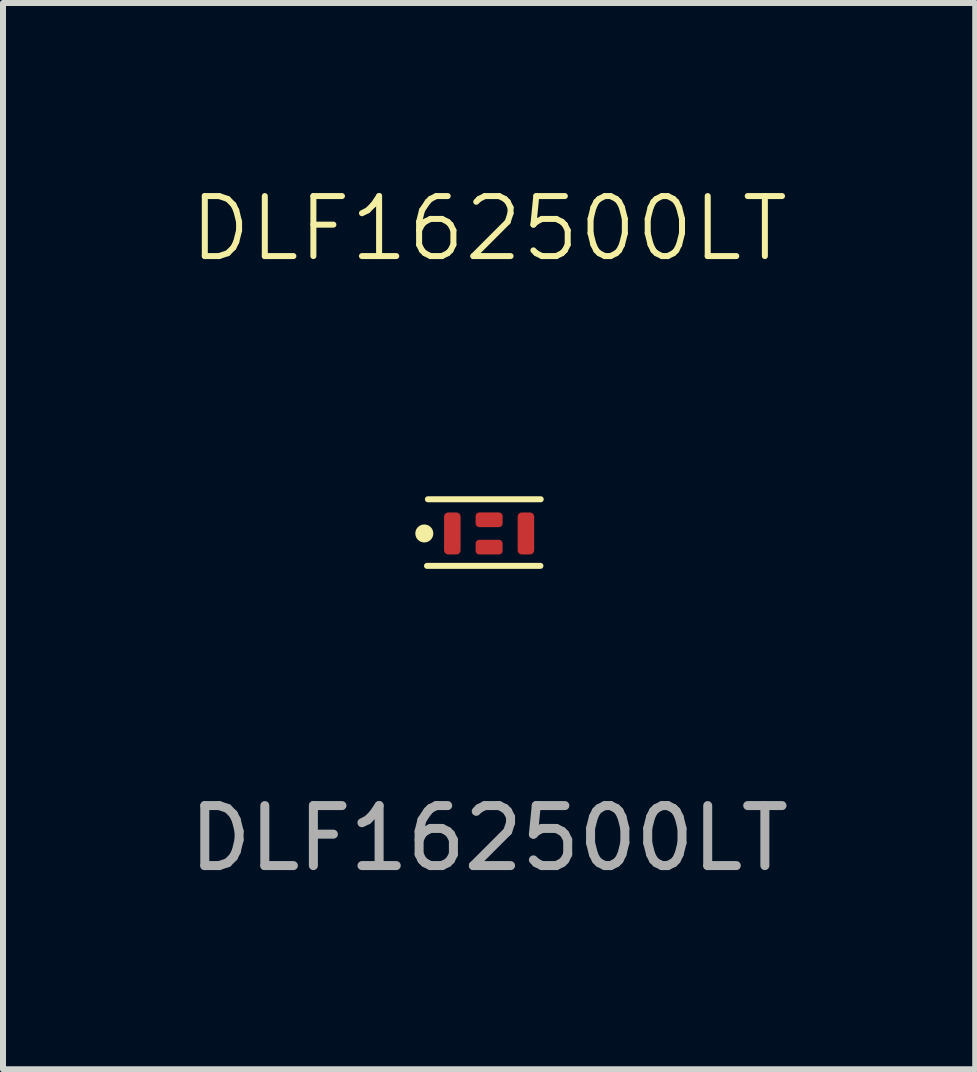
<source format=kicad_pcb>
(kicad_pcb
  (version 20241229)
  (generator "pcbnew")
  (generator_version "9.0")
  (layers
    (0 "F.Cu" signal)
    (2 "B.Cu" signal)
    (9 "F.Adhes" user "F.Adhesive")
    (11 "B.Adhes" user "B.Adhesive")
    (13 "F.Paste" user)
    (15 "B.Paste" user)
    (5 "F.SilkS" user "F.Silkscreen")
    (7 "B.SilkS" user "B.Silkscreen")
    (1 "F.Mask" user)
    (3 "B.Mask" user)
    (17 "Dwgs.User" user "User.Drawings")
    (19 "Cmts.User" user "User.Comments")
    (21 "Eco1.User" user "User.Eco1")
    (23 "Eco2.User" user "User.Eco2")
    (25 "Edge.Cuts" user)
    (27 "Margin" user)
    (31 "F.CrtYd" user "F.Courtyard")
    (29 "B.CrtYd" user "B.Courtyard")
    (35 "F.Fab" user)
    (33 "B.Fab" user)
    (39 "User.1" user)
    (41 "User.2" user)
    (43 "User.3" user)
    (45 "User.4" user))
  (footprint "DLF162500LT"
    (layer "F.Cu")
    (at 5.101 5.84)
    (property "Reference" "DLF162500LT" (at 0 -5.08 0) (unlocked yes) (layer "F.SilkS") (effects (font (size 1 1) (thickness 0.1))))
    (attr smd)
    (fp_line (start -1.02 -0.57) (end 0.86 -0.57) (stroke (width 0.1) (type default)) (layer "F.SilkS"))
    (fp_line (start 0.855 0.54) (end -1.035 0.54) (stroke (width 0.1) (type default)) (layer "F.SilkS"))
    (fp_circle (center -1.08 0) (end -0.98 0) (stroke (width 0.1) (type solid)) (fill yes) (layer "F.SilkS"))
    (fp_text user "${REFERENCE}" (at 0 5.08 0) (unlocked yes) (layer "F.Fab") (effects (font (size 1 1) (thickness 0.15))))
    (pad "1" smd roundrect (at -0.613 0) (size 0.275 0.7) (layers "F.Cu" "F.Mask" "F.Paste") (roundrect_rratio 0.25))
    (pad "2" smd roundrect (at 0 -0.228) (size 0.45 0.245) (layers "F.Cu" "F.Mask" "F.Paste") (roundrect_rratio 0.25))
    (pad "3" smd roundrect (at 0.613 0) (size 0.275 0.7) (layers "F.Cu" "F.Mask" "F.Paste") (roundrect_rratio 0.25))
    (pad "4" smd roundrect (at 0 0.228) (size 0.45 0.245) (layers "F.Cu" "F.Mask" "F.Paste") (roundrect_rratio 0.25)))
  (gr_rect
    (start -3 -3)
    (end 13.202 14.769)
    (stroke (width 0.1) (type default))
    (fill no)
    (layer "Edge.Cuts")))
</source>
